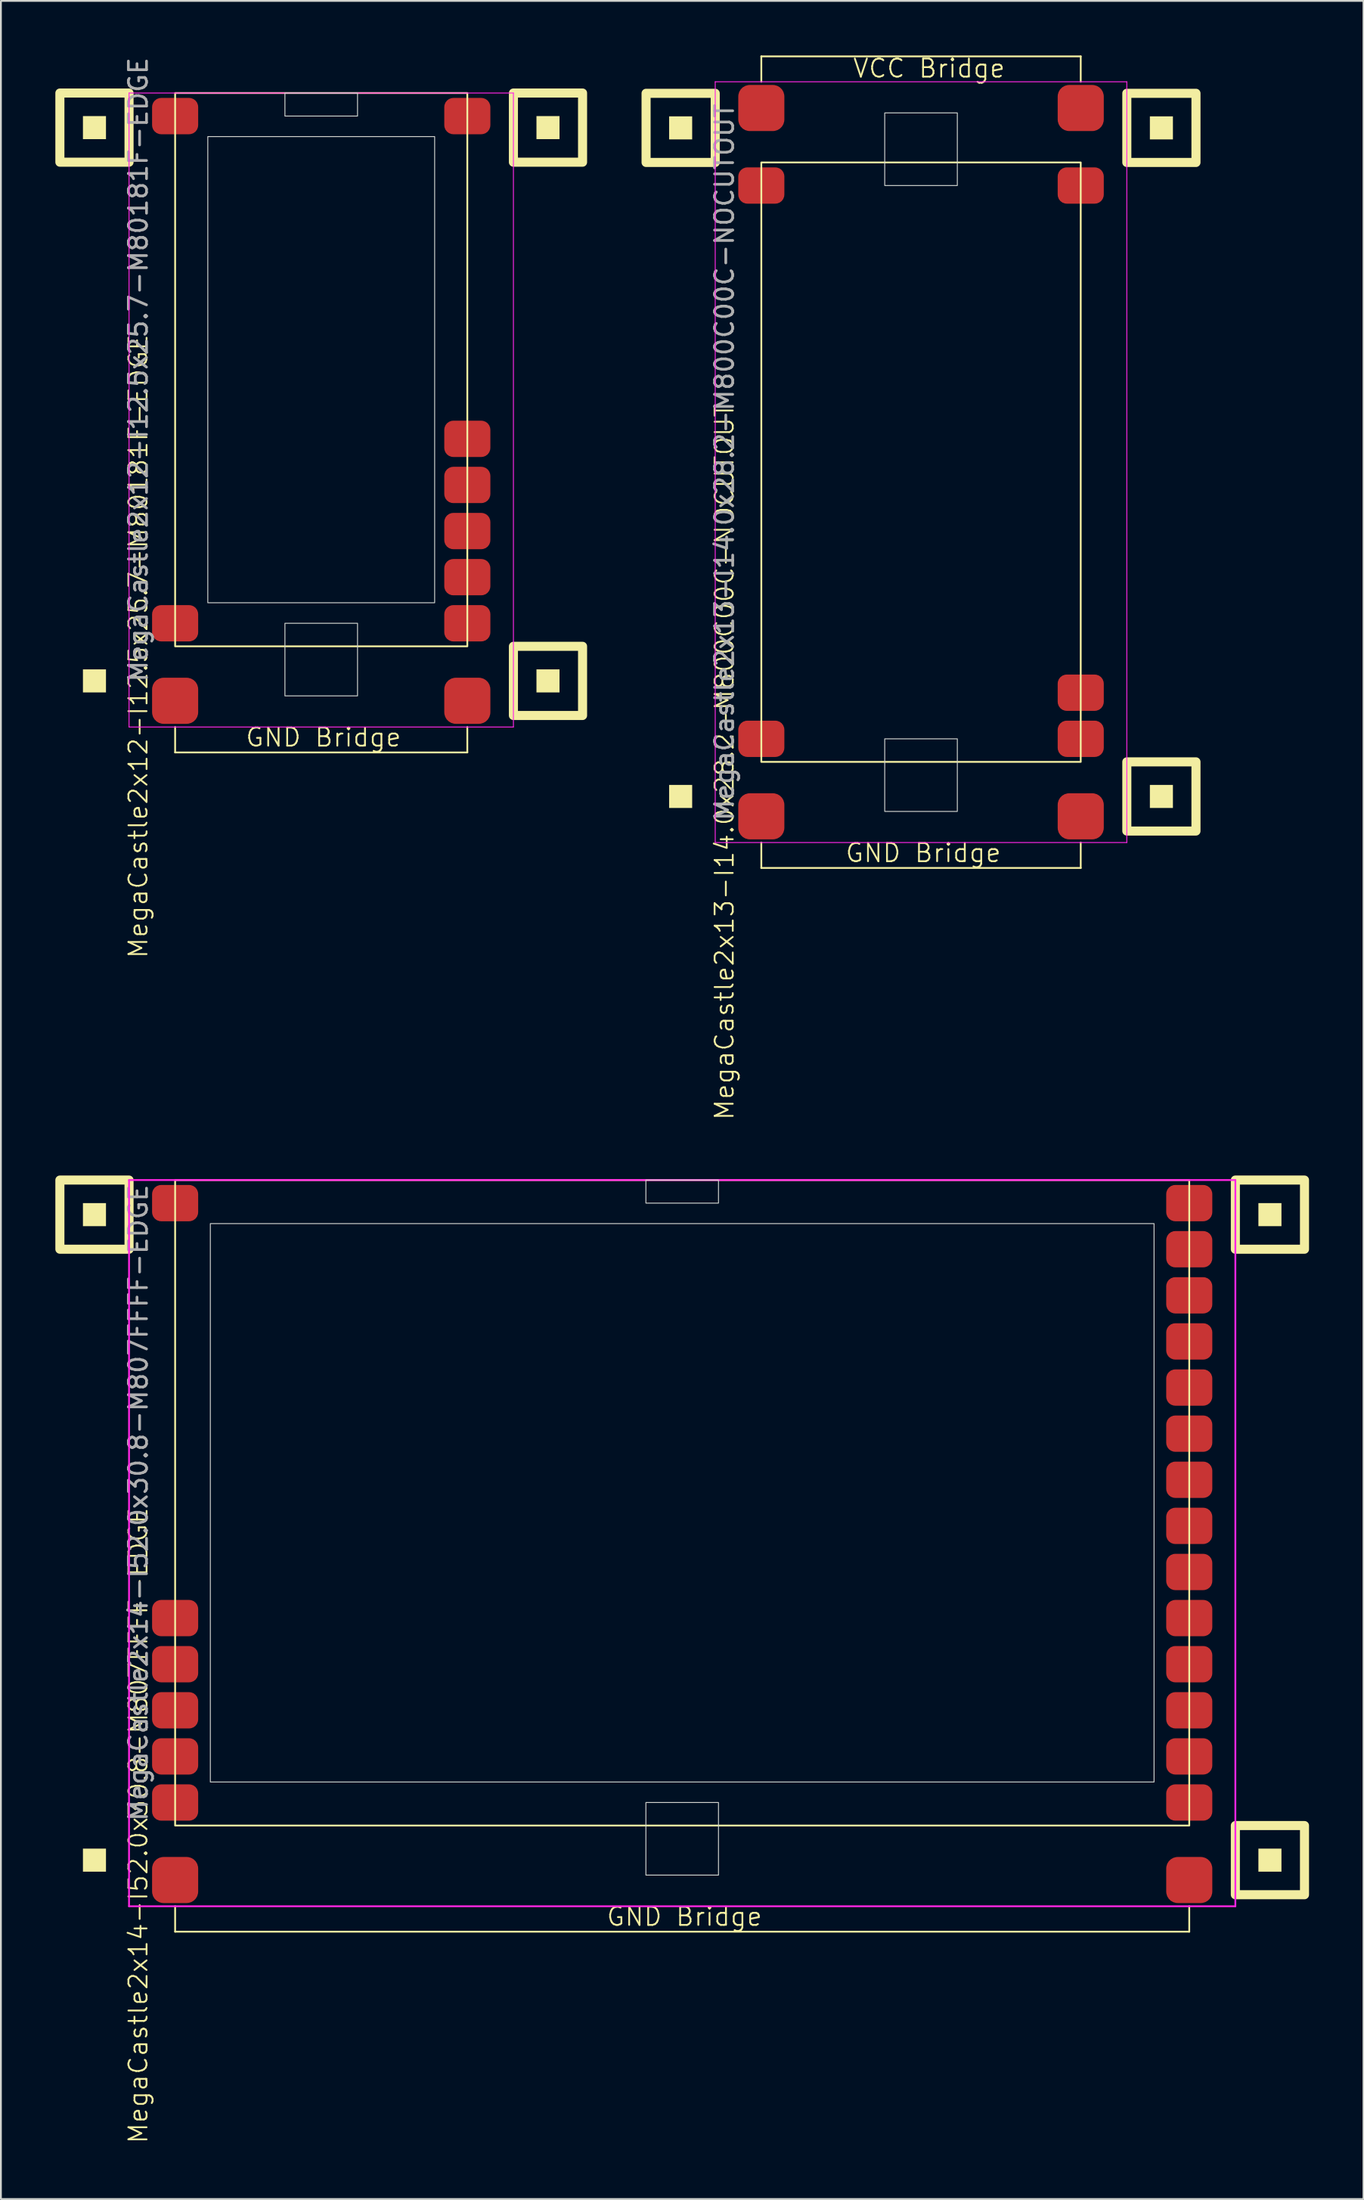
<source format=kicad_pcb>
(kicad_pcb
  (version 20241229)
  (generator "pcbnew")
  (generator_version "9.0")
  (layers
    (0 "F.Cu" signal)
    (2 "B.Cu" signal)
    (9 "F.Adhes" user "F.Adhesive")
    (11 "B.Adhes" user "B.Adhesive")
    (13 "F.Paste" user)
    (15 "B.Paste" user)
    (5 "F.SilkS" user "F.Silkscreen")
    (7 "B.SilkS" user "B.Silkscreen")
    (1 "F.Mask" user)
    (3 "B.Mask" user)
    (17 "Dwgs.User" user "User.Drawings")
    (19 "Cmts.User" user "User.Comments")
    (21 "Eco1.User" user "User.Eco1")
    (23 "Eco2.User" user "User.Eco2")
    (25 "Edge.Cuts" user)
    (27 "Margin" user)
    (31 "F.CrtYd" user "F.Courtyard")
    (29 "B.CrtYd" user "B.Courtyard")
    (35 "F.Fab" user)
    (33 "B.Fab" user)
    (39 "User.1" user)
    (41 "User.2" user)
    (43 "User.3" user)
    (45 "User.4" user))
  (footprint "MegaCastle2x13-I14.0x28.2-M800C00C-NOCUTOUT"
    (layer "F.Cu")
    (at 47.7 22.41)
    (property "Reference" "MegaCastle2x13-I14.0x28.2-M800C00C-NOCUTOUT" (at -10.832 16.51 90) (unlocked yes) (layer "F.SilkS") (effects (font (size 1 1) (thickness 0.1))))
    (attr smd)
    (fp_line (start -8.8 -22.355) (end 8.8 -22.355) (stroke (width 0.1) (type default)) (layer "F.SilkS"))
    (fp_line (start -8.8 -20.955) (end -8.8 -22.355) (stroke (width 0.1) (type default)) (layer "F.SilkS"))
    (fp_line (start -8.8 20.955) (end -8.8 22.355) (stroke (width 0.1) (type default)) (layer "F.SilkS"))
    (fp_line (start -8.8 22.355) (end 8.8 22.355) (stroke (width 0.1) (type default)) (layer "F.SilkS"))
    (fp_line (start 8.8 -20.955) (end 8.8 -22.355) (stroke (width 0.1) (type default)) (layer "F.SilkS"))
    (fp_line (start 8.8 20.955) (end 8.8 22.355) (stroke (width 0.1) (type default)) (layer "F.SilkS"))
    (fp_rect (start -12.61 -17.78) (end -13.88 -19.05) (stroke (width 0) (type solid)) (fill yes) (layer "F.SilkS"))
    (fp_rect (start -12.61 19.05) (end -13.88 17.78) (stroke (width 0) (type solid)) (fill yes) (layer "F.SilkS"))
    (fp_rect (start -11.34 -16.51) (end -15.15 -20.32) (stroke (width 0.5) (type default)) (fill no) (layer "F.SilkS"))
    (fp_rect (start -8.8 -16.51) (end 8.8 16.51) (stroke (width 0.1) (type default)) (fill no) (layer "F.SilkS"))
    (fp_rect (start 13.88 -17.78) (end 12.61 -19.05) (stroke (width 0) (type solid)) (fill yes) (layer "F.SilkS"))
    (fp_rect (start 13.88 19.05) (end 12.61 17.78) (stroke (width 0) (type solid)) (fill yes) (layer "F.SilkS"))
    (fp_rect (start 15.15 -16.51) (end 11.34 -20.32) (stroke (width 0.5) (type default)) (fill no) (layer "F.SilkS"))
    (fp_rect (start 15.15 20.32) (end 11.34 16.51) (stroke (width 0.5) (type default)) (fill no) (layer "F.SilkS"))
    (fp_rect (start -2 -15.24) (end 2 -19.24) (stroke (width 0.05) (type default)) (fill no) (layer "Edge.Cuts"))
    (fp_rect (start -2 15.24) (end 2 19.24) (stroke (width 0.05) (type default)) (fill no) (layer "Edge.Cuts"))
    (fp_line (start -11.34 -20.955) (end -11.34 20.955) (stroke (width 0.05) (type default)) (layer "F.CrtYd"))
    (fp_line (start -11.34 20.955) (end 11.34 20.955) (stroke (width 0.05) (type default)) (layer "F.CrtYd"))
    (fp_line (start 11.34 -20.955) (end -11.34 -20.955) (stroke (width 0.05) (type default)) (layer "F.CrtYd"))
    (fp_line (start 11.34 -20.955) (end 11.34 20.955) (stroke (width 0.05) (type default)) (layer "F.CrtYd"))
    (fp_text user "VCC Bridge" (at -3.81 -21.11 0) (unlocked yes) (layer "F.SilkS") (effects (font (size 1 1) (thickness 0.1)) (justify left bottom)))
    (fp_text user "GND Bridge" (at -4.226 22.11 0) (unlocked yes) (layer "F.SilkS") (effects (font (size 1 1) (thickness 0.1)) (justify left bottom)))
    (fp_text user "${REFERENCE}" (at -10.832 0 90) (unlocked yes) (layer "F.Fab") (effects (font (size 1 1) (thickness 0.15))))
    (pad "1" smd roundrect (at -8.8 -15.24) (size 2.54 2) (layers "F.Cu" "F.Mask" "F.Paste") (roundrect_rratio 0.25))
    (pad "13" smd roundrect (at -8.8 15.24) (size 2.54 2) (layers "F.Cu" "F.Mask" "F.Paste") (roundrect_rratio 0.25))
    (pad "14" smd roundrect (at 8.8 -15.24) (size 2.54 2) (layers "F.Cu" "F.Mask" "F.Paste") (roundrect_rratio 0.25))
    (pad "25" smd roundrect (at 8.8 12.7) (size 2.54 2) (layers "F.Cu" "F.Mask" "F.Paste") (roundrect_rratio 0.25))
    (pad "26" smd roundrect (at 8.8 15.24) (size 2.54 2) (layers "F.Cu" "F.Mask" "F.Paste") (roundrect_rratio 0.25))
    (pad "A1" smd roundrect (at -8.8 -19.51) (size 2.54 2.54) (layers "F.Cu" "F.Mask" "F.Paste") (roundrect_rratio 0.25))
    (pad "A2" smd roundrect (at 8.8 -19.51) (size 2.54 2.54) (layers "F.Cu" "F.Mask" "F.Paste") (roundrect_rratio 0.25))
    (pad "B1" smd roundrect (at -8.8 19.51) (size 2.54 2.54) (layers "F.Cu" "F.Mask" "F.Paste") (roundrect_rratio 0.25))
    (pad "B2" smd roundrect (at 8.8 19.51) (size 2.54 2.54) (layers "F.Cu" "F.Mask" "F.Paste") (roundrect_rratio 0.25)))
  (footprint "MegaCastle2x12-I12.5x25.7-M80181F-EDGE"
    (layer "F.Cu")
    (at 14.65 17.315)
    (property "Reference" "MegaCastle2x12-I12.5x25.7-M80181F-EDGE" (at -10.082 15.24 90) (unlocked yes) (layer "F.SilkS") (effects (font (size 1 1) (thickness 0.1))))
    (attr smd)
    (fp_line (start -8.05 19.685) (end -8.05 21.085) (stroke (width 0.1) (type default)) (layer "F.SilkS"))
    (fp_line (start -8.05 21.085) (end 8.05 21.085) (stroke (width 0.1) (type default)) (layer "F.SilkS"))
    (fp_line (start 8.05 19.685) (end 8.05 21.085) (stroke (width 0.1) (type default)) (layer "F.SilkS"))
    (fp_rect (start -11.86 -12.7) (end -13.13 -13.97) (stroke (width 0) (type solid)) (fill yes) (layer "F.SilkS"))
    (fp_rect (start -11.86 17.78) (end -13.13 16.51) (stroke (width 0) (type solid)) (fill yes) (layer "F.SilkS"))
    (fp_rect (start -10.59 -11.43) (end -14.4 -15.24) (stroke (width 0.5) (type default)) (fill no) (layer "F.SilkS"))
    (fp_rect (start -8.05 -15.24) (end 8.05 15.24) (stroke (width 0.1) (type default)) (fill no) (layer "F.SilkS"))
    (fp_rect (start 13.13 -12.7) (end 11.86 -13.97) (stroke (width 0) (type solid)) (fill yes) (layer "F.SilkS"))
    (fp_rect (start 13.13 17.78) (end 11.86 16.51) (stroke (width 0) (type solid)) (fill yes) (layer "F.SilkS"))
    (fp_rect (start 14.4 -11.43) (end 10.59 -15.24) (stroke (width 0.5) (type default)) (fill no) (layer "F.SilkS"))
    (fp_rect (start 14.4 19.05) (end 10.59 15.24) (stroke (width 0.5) (type default)) (fill no) (layer "F.SilkS"))
    (fp_rect (start -6.25 -12.84) (end 6.25 12.84) (stroke (width 0.05) (type default)) (fill no) (layer "Edge.Cuts"))
    (fp_rect (start -2 -13.97) (end 2 -15.24) (stroke (width 0.05) (type default)) (fill no) (layer "Edge.Cuts"))
    (fp_rect (start -2 13.97) (end 2 17.97) (stroke (width 0.05) (type default)) (fill no) (layer "Edge.Cuts"))
    (fp_line (start -10.59 -15.24) (end -10.59 19.685) (stroke (width 0.05) (type default)) (layer "F.CrtYd"))
    (fp_line (start -10.59 19.685) (end 10.59 19.685) (stroke (width 0.05) (type default)) (layer "F.CrtYd"))
    (fp_line (start 10.59 -15.24) (end -10.59 -15.24) (stroke (width 0.05) (type default)) (layer "F.CrtYd"))
    (fp_line (start 10.59 -15.24) (end 10.59 19.685) (stroke (width 0.05) (type default)) (layer "F.CrtYd"))
    (fp_text user "GND Bridge" (at -4.226 20.84 0) (unlocked yes) (layer "F.SilkS") (effects (font (size 1 1) (thickness 0.1)) (justify left bottom)))
    (fp_text user "${REFERENCE}" (at -10.082 0 90) (unlocked yes) (layer "F.Fab") (effects (font (size 1 1) (thickness 0.15))))
    (pad "1" smd roundrect (at -8.05 -13.97) (size 2.54 2) (layers "F.Cu" "F.Mask" "F.Paste") (roundrect_rratio 0.25))
    (pad "12" smd roundrect (at -8.05 13.97) (size 2.54 2) (layers "F.Cu" "F.Mask" "F.Paste") (roundrect_rratio 0.25))
    (pad "13" smd roundrect (at 8.05 -13.97) (size 2.54 2) (layers "F.Cu" "F.Mask" "F.Paste") (roundrect_rratio 0.25))
    (pad "20" smd roundrect (at 8.05 3.81) (size 2.54 2) (layers "F.Cu" "F.Mask" "F.Paste") (roundrect_rratio 0.25))
    (pad "21" smd roundrect (at 8.05 6.35) (size 2.54 2) (layers "F.Cu" "F.Mask" "F.Paste") (roundrect_rratio 0.25))
    (pad "22" smd roundrect (at 8.05 8.89) (size 2.54 2) (layers "F.Cu" "F.Mask" "F.Paste") (roundrect_rratio 0.25))
    (pad "23" smd roundrect (at 8.05 11.43) (size 2.54 2) (layers "F.Cu" "F.Mask" "F.Paste") (roundrect_rratio 0.25))
    (pad "24" smd roundrect (at 8.05 13.97) (size 2.54 2) (layers "F.Cu" "F.Mask" "F.Paste") (roundrect_rratio 0.25))
    (pad "B1" smd roundrect (at -8.05 18.24) (size 2.54 2.54) (layers "F.Cu" "F.Mask" "F.Paste") (roundrect_rratio 0.25))
    (pad "B2" smd roundrect (at 8.05 18.24) (size 2.54 2.54) (layers "F.Cu" "F.Mask" "F.Paste") (roundrect_rratio 0.25)))
  (footprint "MegaCastle2x14-I52.0x30.8-M807FFFF-EDGE"
    (layer "F.Cu")
    (at 34.54 79.738)
    (property "Reference" "MegaCastle2x14-I52.0x30.8-M807FFFF-EDGE" (at -29.972 17.78 90) (unlocked yes) (layer "F.SilkS") (effects (font (size 1 1) (thickness 0.1))))
    (attr smd)
    (fp_line (start -27.94 22.225) (end -27.94 23.625) (stroke (width 0.1) (type default)) (layer "F.SilkS"))
    (fp_line (start -27.94 23.625) (end 27.94 23.625) (stroke (width 0.1) (type default)) (layer "F.SilkS"))
    (fp_line (start 27.94 22.225) (end 27.94 23.625) (stroke (width 0.1) (type default)) (layer "F.SilkS"))
    (fp_rect (start -31.75 -15.24) (end -33.02 -16.51) (stroke (width 0) (type solid)) (fill yes) (layer "F.SilkS"))
    (fp_rect (start -31.75 20.32) (end -33.02 19.05) (stroke (width 0) (type solid)) (fill yes) (layer "F.SilkS"))
    (fp_rect (start -30.48 -13.97) (end -34.29 -17.78) (stroke (width 0.5) (type default)) (fill no) (layer "F.SilkS"))
    (fp_rect (start -27.94 -17.78) (end 27.94 17.78) (stroke (width 0.1) (type default)) (fill no) (layer "F.SilkS"))
    (fp_rect (start 33.02 -15.24) (end 31.75 -16.51) (stroke (width 0) (type solid)) (fill yes) (layer "F.SilkS"))
    (fp_rect (start 33.02 20.32) (end 31.75 19.05) (stroke (width 0) (type solid)) (fill yes) (layer "F.SilkS"))
    (fp_rect (start 34.29 -13.97) (end 30.48 -17.78) (stroke (width 0.5) (type default)) (fill no) (layer "F.SilkS"))
    (fp_rect (start 34.29 21.59) (end 30.48 17.78) (stroke (width 0.5) (type default)) (fill no) (layer "F.SilkS"))
    (fp_rect (start -26 -15.38) (end 26 15.38) (stroke (width 0.05) (type default)) (fill no) (layer "Edge.Cuts"))
    (fp_rect (start -2 -16.51) (end 2 -17.78) (stroke (width 0.05) (type default)) (fill no) (layer "Edge.Cuts"))
    (fp_rect (start -2 16.51) (end 2 20.51) (stroke (width 0.05) (type default)) (fill no) (layer "Edge.Cuts"))
    (fp_line (start -30.48 -17.78) (end -30.48 22.225) (stroke (width 0.1) (type default)) (layer "F.CrtYd"))
    (fp_line (start -30.48 22.225) (end 30.48 22.225) (stroke (width 0.1) (type default)) (layer "F.CrtYd"))
    (fp_line (start 30.48 -17.78) (end -30.48 -17.78) (stroke (width 0.1) (type default)) (layer "F.CrtYd"))
    (fp_line (start 30.48 -17.78) (end 30.48 22.225) (stroke (width 0.1) (type default)) (layer "F.CrtYd"))
    (fp_text user "GND Bridge" (at -4.226 23.38 0) (unlocked yes) (layer "F.SilkS") (effects (font (size 1 1) (thickness 0.1)) (justify left bottom)))
    (fp_text user "${REFERENCE}" (at -29.972 0 90) (unlocked yes) (layer "F.Fab") (effects (font (size 1 1) (thickness 0.15))))
    (pad "1" smd roundrect (at -27.94 -16.51) (size 2.54 2) (layers "F.Cu" "F.Mask" "F.Paste") (roundrect_rratio 0.25))
    (pad "10" smd roundrect (at -27.94 6.35) (size 2.54 2) (layers "F.Cu" "F.Mask" "F.Paste") (roundrect_rratio 0.25))
    (pad "11" smd roundrect (at -27.94 8.89) (size 2.54 2) (layers "F.Cu" "F.Mask" "F.Paste") (roundrect_rratio 0.25))
    (pad "12" smd roundrect (at -27.94 11.43) (size 2.54 2) (layers "F.Cu" "F.Mask" "F.Paste") (roundrect_rratio 0.25))
    (pad "13" smd roundrect (at -27.94 13.97) (size 2.54 2) (layers "F.Cu" "F.Mask" "F.Paste") (roundrect_rratio 0.25))
    (pad "14" smd roundrect (at -27.94 16.51) (size 2.54 2) (layers "F.Cu" "F.Mask" "F.Paste") (roundrect_rratio 0.25))
    (pad "15" smd roundrect (at 27.94 -16.51) (size 2.54 2) (layers "F.Cu" "F.Mask" "F.Paste") (roundrect_rratio 0.25))
    (pad "16" smd roundrect (at 27.94 -13.97) (size 2.54 2) (layers "F.Cu" "F.Mask" "F.Paste") (roundrect_rratio 0.25))
    (pad "17" smd roundrect (at 27.94 -11.43) (size 2.54 2) (layers "F.Cu" "F.Mask" "F.Paste") (roundrect_rratio 0.25))
    (pad "18" smd roundrect (at 27.94 -8.89) (size 2.54 2) (layers "F.Cu" "F.Mask" "F.Paste") (roundrect_rratio 0.25))
    (pad "19" smd roundrect (at 27.94 -6.35) (size 2.54 2) (layers "F.Cu" "F.Mask" "F.Paste") (roundrect_rratio 0.25))
    (pad "20" smd roundrect (at 27.94 -3.81) (size 2.54 2) (layers "F.Cu" "F.Mask" "F.Paste") (roundrect_rratio 0.25))
    (pad "21" smd roundrect (at 27.94 -1.27) (size 2.54 2) (layers "F.Cu" "F.Mask" "F.Paste") (roundrect_rratio 0.25))
    (pad "22" smd roundrect (at 27.94 1.27) (size 2.54 2) (layers "F.Cu" "F.Mask" "F.Paste") (roundrect_rratio 0.25))
    (pad "23" smd roundrect (at 27.94 3.81) (size 2.54 2) (layers "F.Cu" "F.Mask" "F.Paste") (roundrect_rratio 0.25))
    (pad "24" smd roundrect (at 27.94 6.35) (size 2.54 2) (layers "F.Cu" "F.Mask" "F.Paste") (roundrect_rratio 0.25))
    (pad "25" smd roundrect (at 27.94 8.89) (size 2.54 2) (layers "F.Cu" "F.Mask" "F.Paste") (roundrect_rratio 0.25))
    (pad "26" smd roundrect (at 27.94 11.43) (size 2.54 2) (layers "F.Cu" "F.Mask" "F.Paste") (roundrect_rratio 0.25))
    (pad "27" smd roundrect (at 27.94 13.97) (size 2.54 2) (layers "F.Cu" "F.Mask" "F.Paste") (roundrect_rratio 0.25))
    (pad "28" smd roundrect (at 27.94 16.51) (size 2.54 2) (layers "F.Cu" "F.Mask" "F.Paste") (roundrect_rratio 0.25))
    (pad "B1" smd roundrect (at -27.94 20.78) (size 2.54 2.54) (layers "F.Cu" "F.Mask" "F.Paste") (roundrect_rratio 0.25))
    (pad "B2" smd roundrect (at 27.94 20.78) (size 2.54 2.54) (layers "F.Cu" "F.Mask" "F.Paste") (roundrect_rratio 0.25)))
  (gr_rect
    (start -3 -3)
    (end 72.08 118.092)
    (stroke (width 0.1) (type default))
    (fill no)
    (layer "Edge.Cuts")))
</source>
